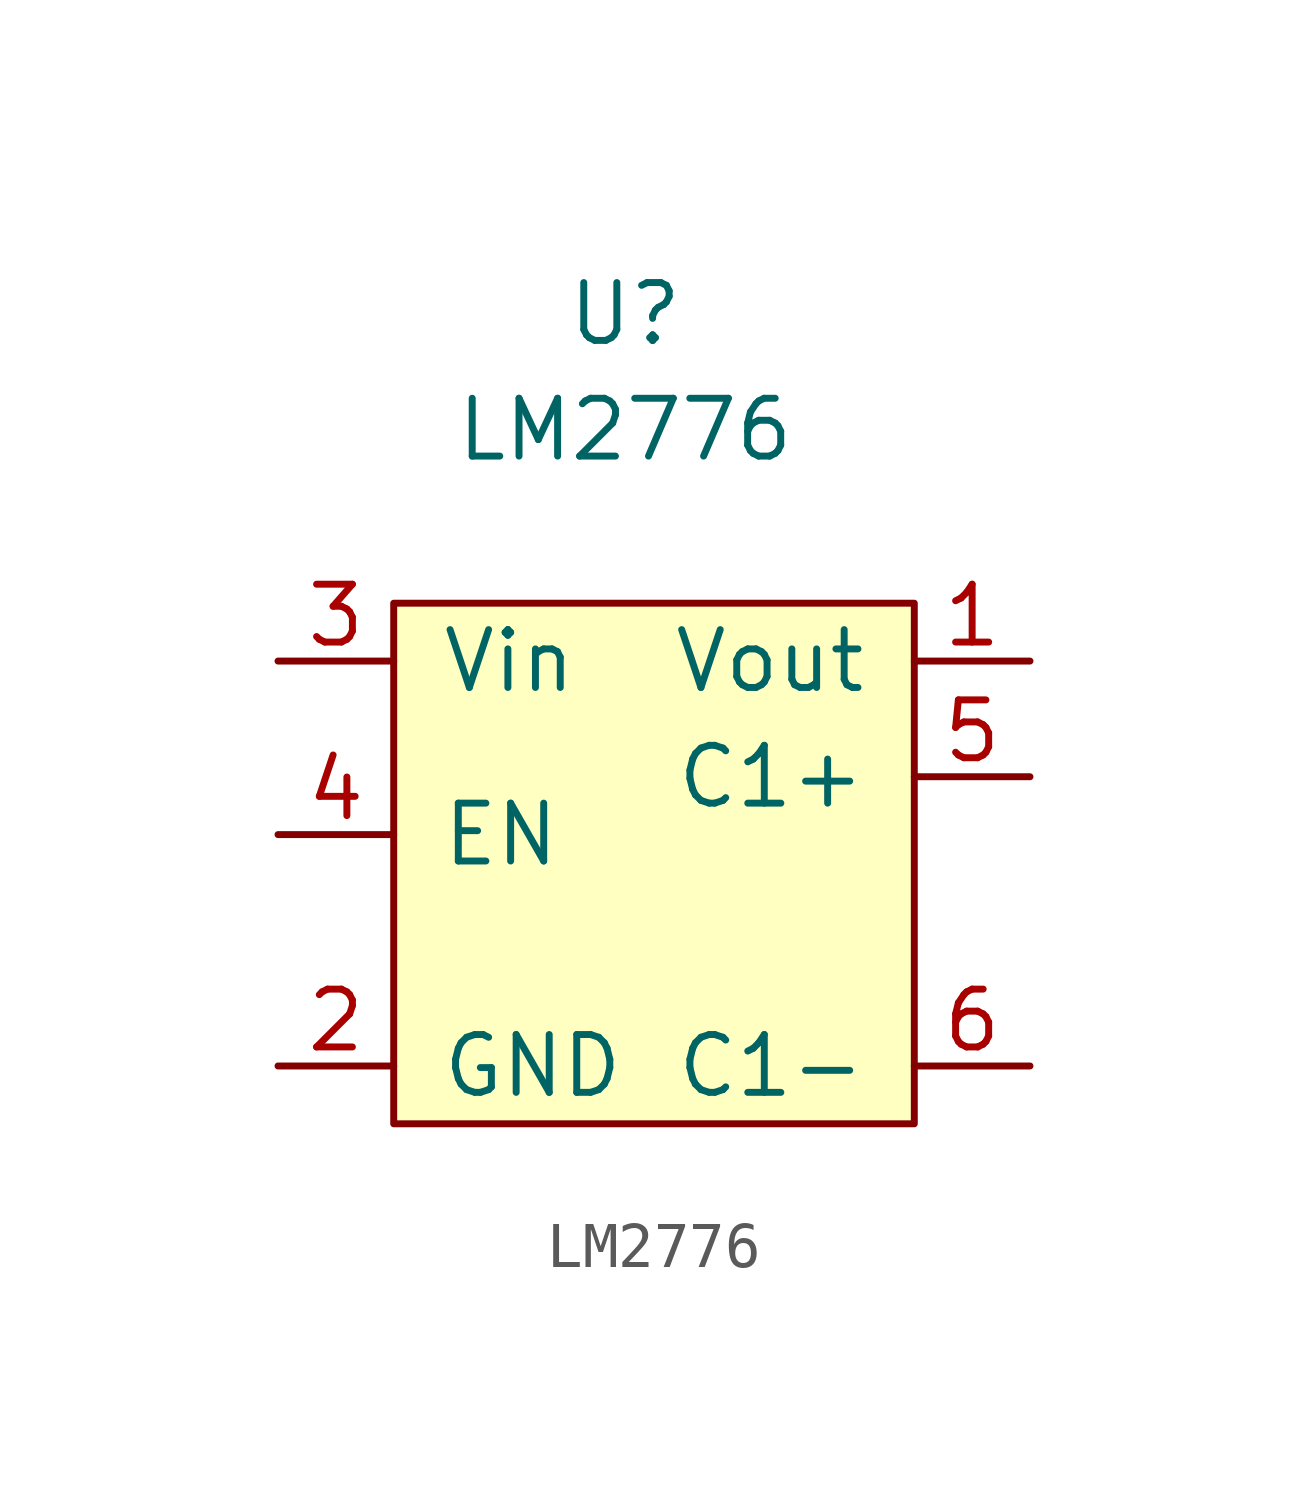
<source format=kicad_sym>
(kicad_symbol_lib
  (version 20211014)
  (generator kicad_symbol_editor)
  (symbol "LM2776"
    (pin_names
      (offset 1.016))
    (property "Reference" "U"
      (at 0 11.43 0)
      (effects (font (size 1.27 1.27))))
    (property "Value" "LM2776"
      (at 0 8.89 0)
      (effects (font (size 1.27 1.27))))
    (symbol "LM2776_0_0"
      (pin power_out line (at 8.89 3.81 180) (length 2.54) (name "Vout" (effects (font (size 1.27 1.27)))) (number "1" (effects (font (size 1.27 1.27)))))
      (pin power_in line (at -7.62 -5.08 0) (length 2.54) (name "GND" (effects (font (size 1.27 1.27)))) (number "2" (effects (font (size 1.27 1.27)))))
      (pin power_in line (at -7.62 3.81 0) (length 2.54) (name "Vin" (effects (font (size 1.27 1.27)))) (number "3" (effects (font (size 1.27 1.27)))))
      (pin input line (at -7.62 0 0) (length 2.54) (name "EN" (effects (font (size 1.27 1.27)))) (number "4" (effects (font (size 1.27 1.27)))))
      (pin bidirectional line (at 8.89 1.27 180) (length 2.54) (name "C1+" (effects (font (size 1.27 1.27)))) (number "5" (effects (font (size 1.27 1.27)))))
      (pin bidirectional line (at 8.89 -5.08 180) (length 2.54) (name "C1-" (effects (font (size 1.27 1.27)))) (number "6" (effects (font (size 1.27 1.27))))))
    (symbol "LM2776_0_1"
      (rectangle (start -5.08 5.08) (end 6.35 -6.35) (stroke (width 0) (type default) (color 0 0 0 0)) (fill (type background))))))
</source>
